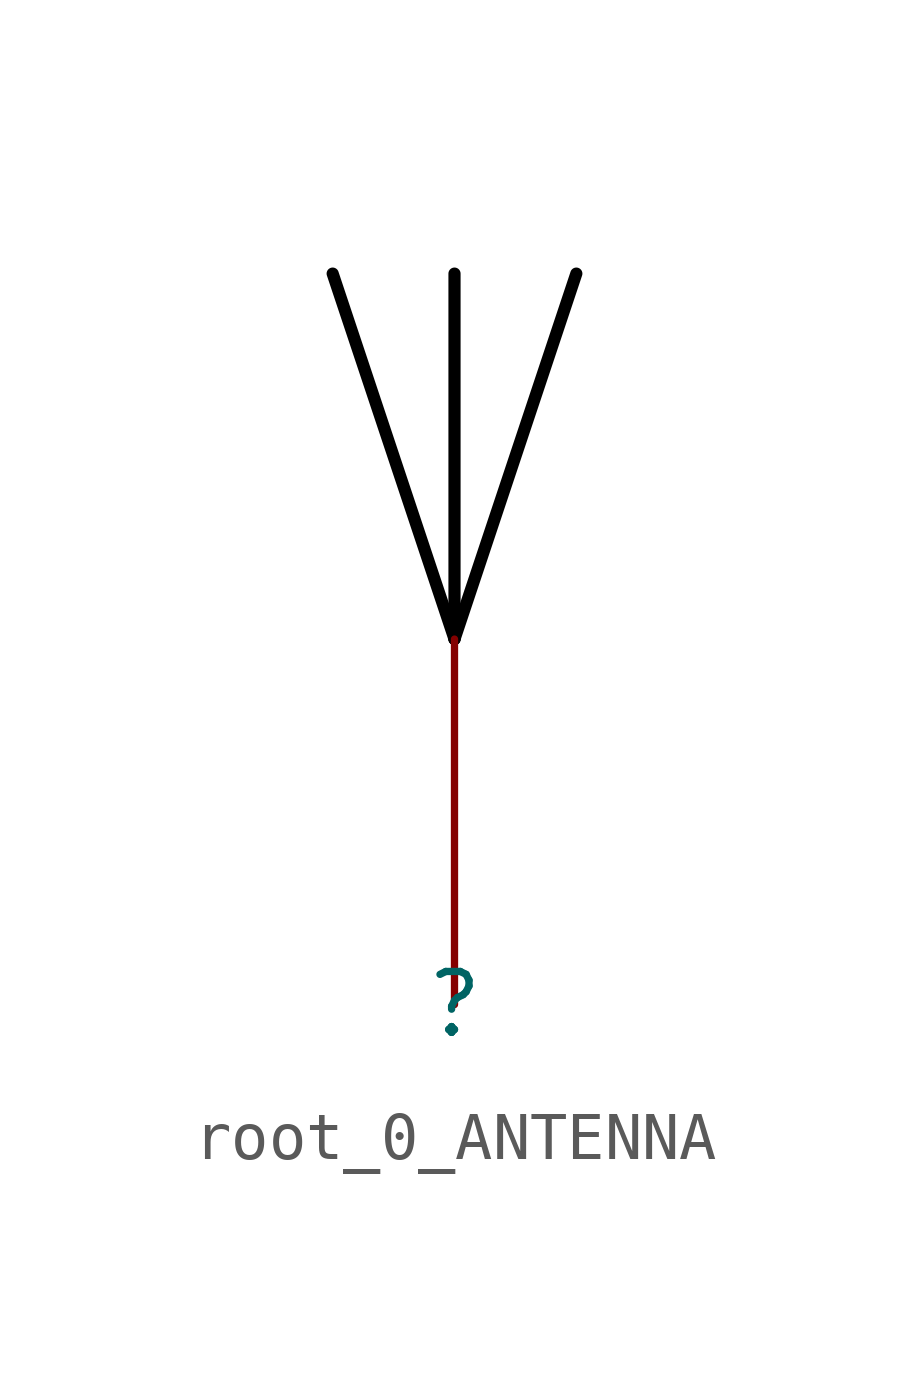
<source format=kicad_sym>
(kicad_symbol_lib
  (version 20220914)
  (generator kicad_symbol_editor)
  (symbol "root_0_ANTENNA"
    (property "Reference" ""
      (at 0 0 0)
      (effects (font (size 1.27 1.27))))
    (property "Value" ""
      (at 0 0 0)
      (effects (font (size 1.27 1.27))))
    (symbol "root_0_ANTENNA_1_0"
      (polyline (pts (xy -2.54 15.24) (xy 0 7.62)) (stroke (width 0.254) (type solid) (color 0 0 0 1)) (fill (type none)))
      (polyline (pts (xy 0 7.62) (xy 0 15.24)) (stroke (width 0.254) (type solid) (color 0 0 0 1)) (fill (type none)))
      (polyline (pts (xy 0 7.62) (xy 2.54 15.24)) (stroke (width 0.254) (type solid) (color 0 0 0 1)) (fill (type none)))
      (pin passive line (at 0 0 90) (length 7.62) (name "23" (effects (font (size 0 0)))) (number "ANTENNA" (effects (font (size 0 0))))))))
</source>
